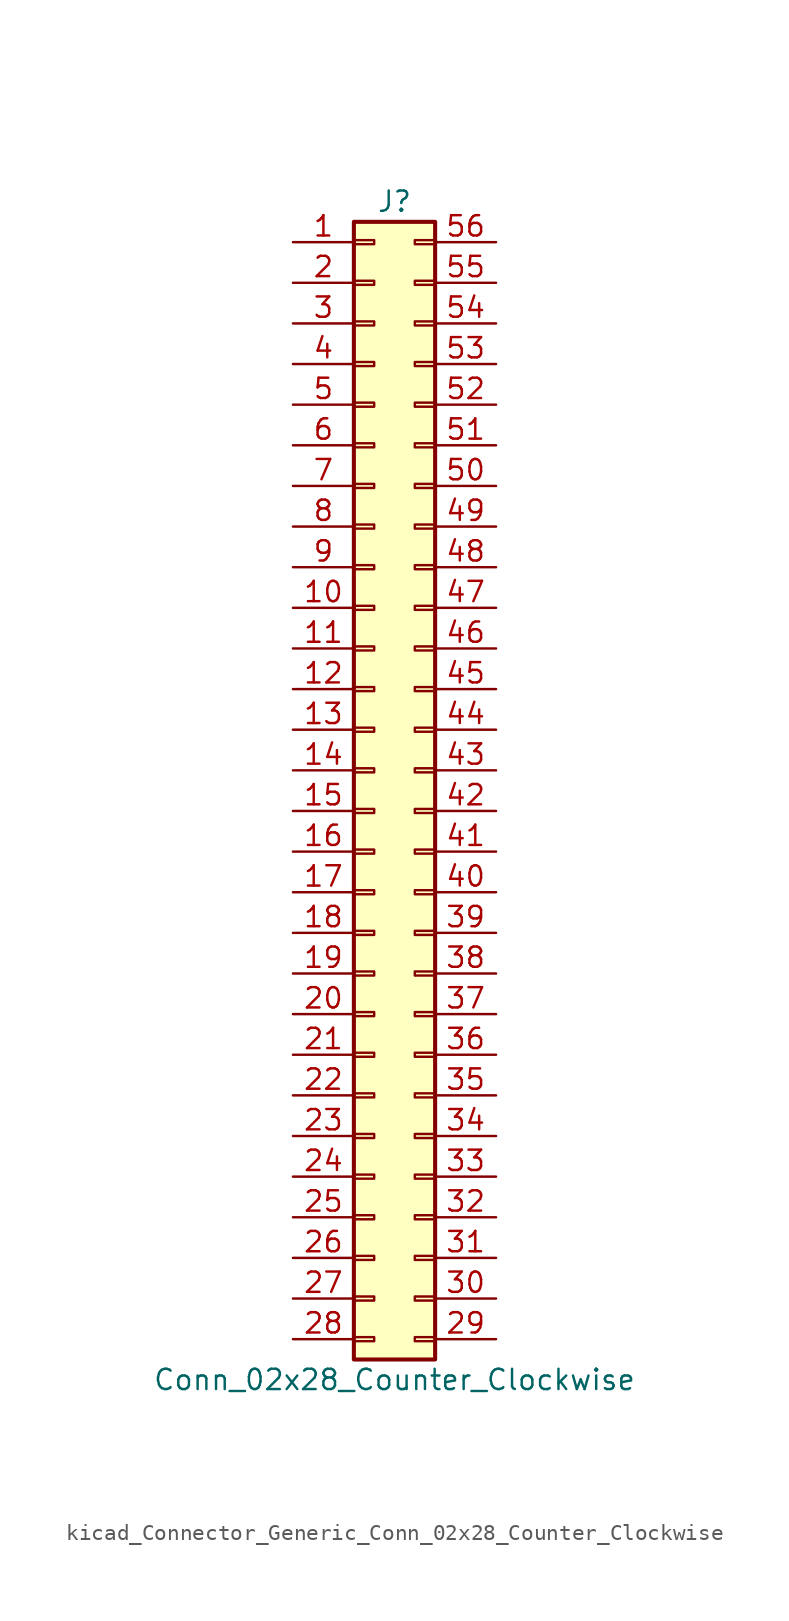
<source format=kicad_sym>
(kicad_symbol_lib
  (version 20220914)
  (generator kicad_symbol_editor)
  (symbol "kicad_Connector_Generic_Conn_02x28_Counter_Clockwise"
    (pin_names
      (offset 1.016) hide)
    (property "Reference" "J"
      (at 1.27 35.56 0)
      (effects (font (size 1.27 1.27))))
    (property "Value" "Conn_02x28_Counter_Clockwise"
      (at 1.27 -38.1 0)
      (effects (font (size 1.27 1.27))))
    (symbol "kicad_Connector_Generic_Conn_02x28_Counter_Clockwise_1_1"
      (rectangle (start -1.27 -35.433) (end 0 -35.687) (stroke (width 0.152) (type default)) (fill (type none)))
      (rectangle (start -1.27 -32.893) (end 0 -33.147) (stroke (width 0.152) (type default)) (fill (type none)))
      (rectangle (start -1.27 -30.353) (end 0 -30.607) (stroke (width 0.152) (type default)) (fill (type none)))
      (rectangle (start -1.27 -27.813) (end 0 -28.067) (stroke (width 0.152) (type default)) (fill (type none)))
      (rectangle (start -1.27 -25.273) (end 0 -25.527) (stroke (width 0.152) (type default)) (fill (type none)))
      (rectangle (start -1.27 -22.733) (end 0 -22.987) (stroke (width 0.152) (type default)) (fill (type none)))
      (rectangle (start -1.27 -20.193) (end 0 -20.447) (stroke (width 0.152) (type default)) (fill (type none)))
      (rectangle (start -1.27 -17.653) (end 0 -17.907) (stroke (width 0.152) (type default)) (fill (type none)))
      (rectangle (start -1.27 -15.113) (end 0 -15.367) (stroke (width 0.152) (type default)) (fill (type none)))
      (rectangle (start -1.27 -12.573) (end 0 -12.827) (stroke (width 0.152) (type default)) (fill (type none)))
      (rectangle (start -1.27 -10.033) (end 0 -10.287) (stroke (width 0.152) (type default)) (fill (type none)))
      (rectangle (start -1.27 -7.493) (end 0 -7.747) (stroke (width 0.152) (type default)) (fill (type none)))
      (rectangle (start -1.27 -4.953) (end 0 -5.207) (stroke (width 0.152) (type default)) (fill (type none)))
      (rectangle (start -1.27 -2.413) (end 0 -2.667) (stroke (width 0.152) (type default)) (fill (type none)))
      (rectangle (start -1.27 0.127) (end 0 -0.127) (stroke (width 0.152) (type default)) (fill (type none)))
      (rectangle (start -1.27 2.667) (end 0 2.413) (stroke (width 0.152) (type default)) (fill (type none)))
      (rectangle (start -1.27 5.207) (end 0 4.953) (stroke (width 0.152) (type default)) (fill (type none)))
      (rectangle (start -1.27 7.747) (end 0 7.493) (stroke (width 0.152) (type default)) (fill (type none)))
      (rectangle (start -1.27 10.287) (end 0 10.033) (stroke (width 0.152) (type default)) (fill (type none)))
      (rectangle (start -1.27 12.827) (end 0 12.573) (stroke (width 0.152) (type default)) (fill (type none)))
      (rectangle (start -1.27 15.367) (end 0 15.113) (stroke (width 0.152) (type default)) (fill (type none)))
      (rectangle (start -1.27 17.907) (end 0 17.653) (stroke (width 0.152) (type default)) (fill (type none)))
      (rectangle (start -1.27 20.447) (end 0 20.193) (stroke (width 0.152) (type default)) (fill (type none)))
      (rectangle (start -1.27 22.987) (end 0 22.733) (stroke (width 0.152) (type default)) (fill (type none)))
      (rectangle (start -1.27 25.527) (end 0 25.273) (stroke (width 0.152) (type default)) (fill (type none)))
      (rectangle (start -1.27 28.067) (end 0 27.813) (stroke (width 0.152) (type default)) (fill (type none)))
      (rectangle (start -1.27 30.607) (end 0 30.353) (stroke (width 0.152) (type default)) (fill (type none)))
      (rectangle (start -1.27 33.147) (end 0 32.893) (stroke (width 0.152) (type default)) (fill (type none)))
      (rectangle (start -1.27 34.29) (end 3.81 -36.83) (stroke (width 0.254) (type default)) (fill (type background)))
      (rectangle (start 3.81 -35.433) (end 2.54 -35.687) (stroke (width 0.152) (type default)) (fill (type none)))
      (rectangle (start 3.81 -32.893) (end 2.54 -33.147) (stroke (width 0.152) (type default)) (fill (type none)))
      (rectangle (start 3.81 -30.353) (end 2.54 -30.607) (stroke (width 0.152) (type default)) (fill (type none)))
      (rectangle (start 3.81 -27.813) (end 2.54 -28.067) (stroke (width 0.152) (type default)) (fill (type none)))
      (rectangle (start 3.81 -25.273) (end 2.54 -25.527) (stroke (width 0.152) (type default)) (fill (type none)))
      (rectangle (start 3.81 -22.733) (end 2.54 -22.987) (stroke (width 0.152) (type default)) (fill (type none)))
      (rectangle (start 3.81 -20.193) (end 2.54 -20.447) (stroke (width 0.152) (type default)) (fill (type none)))
      (rectangle (start 3.81 -17.653) (end 2.54 -17.907) (stroke (width 0.152) (type default)) (fill (type none)))
      (rectangle (start 3.81 -15.113) (end 2.54 -15.367) (stroke (width 0.152) (type default)) (fill (type none)))
      (rectangle (start 3.81 -12.573) (end 2.54 -12.827) (stroke (width 0.152) (type default)) (fill (type none)))
      (rectangle (start 3.81 -10.033) (end 2.54 -10.287) (stroke (width 0.152) (type default)) (fill (type none)))
      (rectangle (start 3.81 -7.493) (end 2.54 -7.747) (stroke (width 0.152) (type default)) (fill (type none)))
      (rectangle (start 3.81 -4.953) (end 2.54 -5.207) (stroke (width 0.152) (type default)) (fill (type none)))
      (rectangle (start 3.81 -2.413) (end 2.54 -2.667) (stroke (width 0.152) (type default)) (fill (type none)))
      (rectangle (start 3.81 0.127) (end 2.54 -0.127) (stroke (width 0.152) (type default)) (fill (type none)))
      (rectangle (start 3.81 2.667) (end 2.54 2.413) (stroke (width 0.152) (type default)) (fill (type none)))
      (rectangle (start 3.81 5.207) (end 2.54 4.953) (stroke (width 0.152) (type default)) (fill (type none)))
      (rectangle (start 3.81 7.747) (end 2.54 7.493) (stroke (width 0.152) (type default)) (fill (type none)))
      (rectangle (start 3.81 10.287) (end 2.54 10.033) (stroke (width 0.152) (type default)) (fill (type none)))
      (rectangle (start 3.81 12.827) (end 2.54 12.573) (stroke (width 0.152) (type default)) (fill (type none)))
      (rectangle (start 3.81 15.367) (end 2.54 15.113) (stroke (width 0.152) (type default)) (fill (type none)))
      (rectangle (start 3.81 17.907) (end 2.54 17.653) (stroke (width 0.152) (type default)) (fill (type none)))
      (rectangle (start 3.81 20.447) (end 2.54 20.193) (stroke (width 0.152) (type default)) (fill (type none)))
      (rectangle (start 3.81 22.987) (end 2.54 22.733) (stroke (width 0.152) (type default)) (fill (type none)))
      (rectangle (start 3.81 25.527) (end 2.54 25.273) (stroke (width 0.152) (type default)) (fill (type none)))
      (rectangle (start 3.81 28.067) (end 2.54 27.813) (stroke (width 0.152) (type default)) (fill (type none)))
      (rectangle (start 3.81 30.607) (end 2.54 30.353) (stroke (width 0.152) (type default)) (fill (type none)))
      (rectangle (start 3.81 33.147) (end 2.54 32.893) (stroke (width 0.152) (type default)) (fill (type none)))
      (pin passive line (at -5.08 33.02 0) (length 3.81) (name "Pin_1" (effects (font (size 1.27 1.27)))) (number "1" (effects (font (size 1.27 1.27)))))
      (pin passive line (at -5.08 10.16 0) (length 3.81) (name "Pin_10" (effects (font (size 1.27 1.27)))) (number "10" (effects (font (size 1.27 1.27)))))
      (pin passive line (at -5.08 7.62 0) (length 3.81) (name "Pin_11" (effects (font (size 1.27 1.27)))) (number "11" (effects (font (size 1.27 1.27)))))
      (pin passive line (at -5.08 5.08 0) (length 3.81) (name "Pin_12" (effects (font (size 1.27 1.27)))) (number "12" (effects (font (size 1.27 1.27)))))
      (pin passive line (at -5.08 2.54 0) (length 3.81) (name "Pin_13" (effects (font (size 1.27 1.27)))) (number "13" (effects (font (size 1.27 1.27)))))
      (pin passive line (at -5.08 0 0) (length 3.81) (name "Pin_14" (effects (font (size 1.27 1.27)))) (number "14" (effects (font (size 1.27 1.27)))))
      (pin passive line (at -5.08 -2.54 0) (length 3.81) (name "Pin_15" (effects (font (size 1.27 1.27)))) (number "15" (effects (font (size 1.27 1.27)))))
      (pin passive line (at -5.08 -5.08 0) (length 3.81) (name "Pin_16" (effects (font (size 1.27 1.27)))) (number "16" (effects (font (size 1.27 1.27)))))
      (pin passive line (at -5.08 -7.62 0) (length 3.81) (name "Pin_17" (effects (font (size 1.27 1.27)))) (number "17" (effects (font (size 1.27 1.27)))))
      (pin passive line (at -5.08 -10.16 0) (length 3.81) (name "Pin_18" (effects (font (size 1.27 1.27)))) (number "18" (effects (font (size 1.27 1.27)))))
      (pin passive line (at -5.08 -12.7 0) (length 3.81) (name "Pin_19" (effects (font (size 1.27 1.27)))) (number "19" (effects (font (size 1.27 1.27)))))
      (pin passive line (at -5.08 30.48 0) (length 3.81) (name "Pin_2" (effects (font (size 1.27 1.27)))) (number "2" (effects (font (size 1.27 1.27)))))
      (pin passive line (at -5.08 -15.24 0) (length 3.81) (name "Pin_20" (effects (font (size 1.27 1.27)))) (number "20" (effects (font (size 1.27 1.27)))))
      (pin passive line (at -5.08 -17.78 0) (length 3.81) (name "Pin_21" (effects (font (size 1.27 1.27)))) (number "21" (effects (font (size 1.27 1.27)))))
      (pin passive line (at -5.08 -20.32 0) (length 3.81) (name "Pin_22" (effects (font (size 1.27 1.27)))) (number "22" (effects (font (size 1.27 1.27)))))
      (pin passive line (at -5.08 -22.86 0) (length 3.81) (name "Pin_23" (effects (font (size 1.27 1.27)))) (number "23" (effects (font (size 1.27 1.27)))))
      (pin passive line (at -5.08 -25.4 0) (length 3.81) (name "Pin_24" (effects (font (size 1.27 1.27)))) (number "24" (effects (font (size 1.27 1.27)))))
      (pin passive line (at -5.08 -27.94 0) (length 3.81) (name "Pin_25" (effects (font (size 1.27 1.27)))) (number "25" (effects (font (size 1.27 1.27)))))
      (pin passive line (at -5.08 -30.48 0) (length 3.81) (name "Pin_26" (effects (font (size 1.27 1.27)))) (number "26" (effects (font (size 1.27 1.27)))))
      (pin passive line (at -5.08 -33.02 0) (length 3.81) (name "Pin_27" (effects (font (size 1.27 1.27)))) (number "27" (effects (font (size 1.27 1.27)))))
      (pin passive line (at -5.08 -35.56 0) (length 3.81) (name "Pin_28" (effects (font (size 1.27 1.27)))) (number "28" (effects (font (size 1.27 1.27)))))
      (pin passive line (at 7.62 -35.56 180) (length 3.81) (name "Pin_29" (effects (font (size 1.27 1.27)))) (number "29" (effects (font (size 1.27 1.27)))))
      (pin passive line (at -5.08 27.94 0) (length 3.81) (name "Pin_3" (effects (font (size 1.27 1.27)))) (number "3" (effects (font (size 1.27 1.27)))))
      (pin passive line (at 7.62 -33.02 180) (length 3.81) (name "Pin_30" (effects (font (size 1.27 1.27)))) (number "30" (effects (font (size 1.27 1.27)))))
      (pin passive line (at 7.62 -30.48 180) (length 3.81) (name "Pin_31" (effects (font (size 1.27 1.27)))) (number "31" (effects (font (size 1.27 1.27)))))
      (pin passive line (at 7.62 -27.94 180) (length 3.81) (name "Pin_32" (effects (font (size 1.27 1.27)))) (number "32" (effects (font (size 1.27 1.27)))))
      (pin passive line (at 7.62 -25.4 180) (length 3.81) (name "Pin_33" (effects (font (size 1.27 1.27)))) (number "33" (effects (font (size 1.27 1.27)))))
      (pin passive line (at 7.62 -22.86 180) (length 3.81) (name "Pin_34" (effects (font (size 1.27 1.27)))) (number "34" (effects (font (size 1.27 1.27)))))
      (pin passive line (at 7.62 -20.32 180) (length 3.81) (name "Pin_35" (effects (font (size 1.27 1.27)))) (number "35" (effects (font (size 1.27 1.27)))))
      (pin passive line (at 7.62 -17.78 180) (length 3.81) (name "Pin_36" (effects (font (size 1.27 1.27)))) (number "36" (effects (font (size 1.27 1.27)))))
      (pin passive line (at 7.62 -15.24 180) (length 3.81) (name "Pin_37" (effects (font (size 1.27 1.27)))) (number "37" (effects (font (size 1.27 1.27)))))
      (pin passive line (at 7.62 -12.7 180) (length 3.81) (name "Pin_38" (effects (font (size 1.27 1.27)))) (number "38" (effects (font (size 1.27 1.27)))))
      (pin passive line (at 7.62 -10.16 180) (length 3.81) (name "Pin_39" (effects (font (size 1.27 1.27)))) (number "39" (effects (font (size 1.27 1.27)))))
      (pin passive line (at -5.08 25.4 0) (length 3.81) (name "Pin_4" (effects (font (size 1.27 1.27)))) (number "4" (effects (font (size 1.27 1.27)))))
      (pin passive line (at 7.62 -7.62 180) (length 3.81) (name "Pin_40" (effects (font (size 1.27 1.27)))) (number "40" (effects (font (size 1.27 1.27)))))
      (pin passive line (at 7.62 -5.08 180) (length 3.81) (name "Pin_41" (effects (font (size 1.27 1.27)))) (number "41" (effects (font (size 1.27 1.27)))))
      (pin passive line (at 7.62 -2.54 180) (length 3.81) (name "Pin_42" (effects (font (size 1.27 1.27)))) (number "42" (effects (font (size 1.27 1.27)))))
      (pin passive line (at 7.62 0 180) (length 3.81) (name "Pin_43" (effects (font (size 1.27 1.27)))) (number "43" (effects (font (size 1.27 1.27)))))
      (pin passive line (at 7.62 2.54 180) (length 3.81) (name "Pin_44" (effects (font (size 1.27 1.27)))) (number "44" (effects (font (size 1.27 1.27)))))
      (pin passive line (at 7.62 5.08 180) (length 3.81) (name "Pin_45" (effects (font (size 1.27 1.27)))) (number "45" (effects (font (size 1.27 1.27)))))
      (pin passive line (at 7.62 7.62 180) (length 3.81) (name "Pin_46" (effects (font (size 1.27 1.27)))) (number "46" (effects (font (size 1.27 1.27)))))
      (pin passive line (at 7.62 10.16 180) (length 3.81) (name "Pin_47" (effects (font (size 1.27 1.27)))) (number "47" (effects (font (size 1.27 1.27)))))
      (pin passive line (at 7.62 12.7 180) (length 3.81) (name "Pin_48" (effects (font (size 1.27 1.27)))) (number "48" (effects (font (size 1.27 1.27)))))
      (pin passive line (at 7.62 15.24 180) (length 3.81) (name "Pin_49" (effects (font (size 1.27 1.27)))) (number "49" (effects (font (size 1.27 1.27)))))
      (pin passive line (at -5.08 22.86 0) (length 3.81) (name "Pin_5" (effects (font (size 1.27 1.27)))) (number "5" (effects (font (size 1.27 1.27)))))
      (pin passive line (at 7.62 17.78 180) (length 3.81) (name "Pin_50" (effects (font (size 1.27 1.27)))) (number "50" (effects (font (size 1.27 1.27)))))
      (pin passive line (at 7.62 20.32 180) (length 3.81) (name "Pin_51" (effects (font (size 1.27 1.27)))) (number "51" (effects (font (size 1.27 1.27)))))
      (pin passive line (at 7.62 22.86 180) (length 3.81) (name "Pin_52" (effects (font (size 1.27 1.27)))) (number "52" (effects (font (size 1.27 1.27)))))
      (pin passive line (at 7.62 25.4 180) (length 3.81) (name "Pin_53" (effects (font (size 1.27 1.27)))) (number "53" (effects (font (size 1.27 1.27)))))
      (pin passive line (at 7.62 27.94 180) (length 3.81) (name "Pin_54" (effects (font (size 1.27 1.27)))) (number "54" (effects (font (size 1.27 1.27)))))
      (pin passive line (at 7.62 30.48 180) (length 3.81) (name "Pin_55" (effects (font (size 1.27 1.27)))) (number "55" (effects (font (size 1.27 1.27)))))
      (pin passive line (at 7.62 33.02 180) (length 3.81) (name "Pin_56" (effects (font (size 1.27 1.27)))) (number "56" (effects (font (size 1.27 1.27)))))
      (pin passive line (at -5.08 20.32 0) (length 3.81) (name "Pin_6" (effects (font (size 1.27 1.27)))) (number "6" (effects (font (size 1.27 1.27)))))
      (pin passive line (at -5.08 17.78 0) (length 3.81) (name "Pin_7" (effects (font (size 1.27 1.27)))) (number "7" (effects (font (size 1.27 1.27)))))
      (pin passive line (at -5.08 15.24 0) (length 3.81) (name "Pin_8" (effects (font (size 1.27 1.27)))) (number "8" (effects (font (size 1.27 1.27)))))
      (pin passive line (at -5.08 12.7 0) (length 3.81) (name "Pin_9" (effects (font (size 1.27 1.27)))) (number "9" (effects (font (size 1.27 1.27))))))))
</source>
